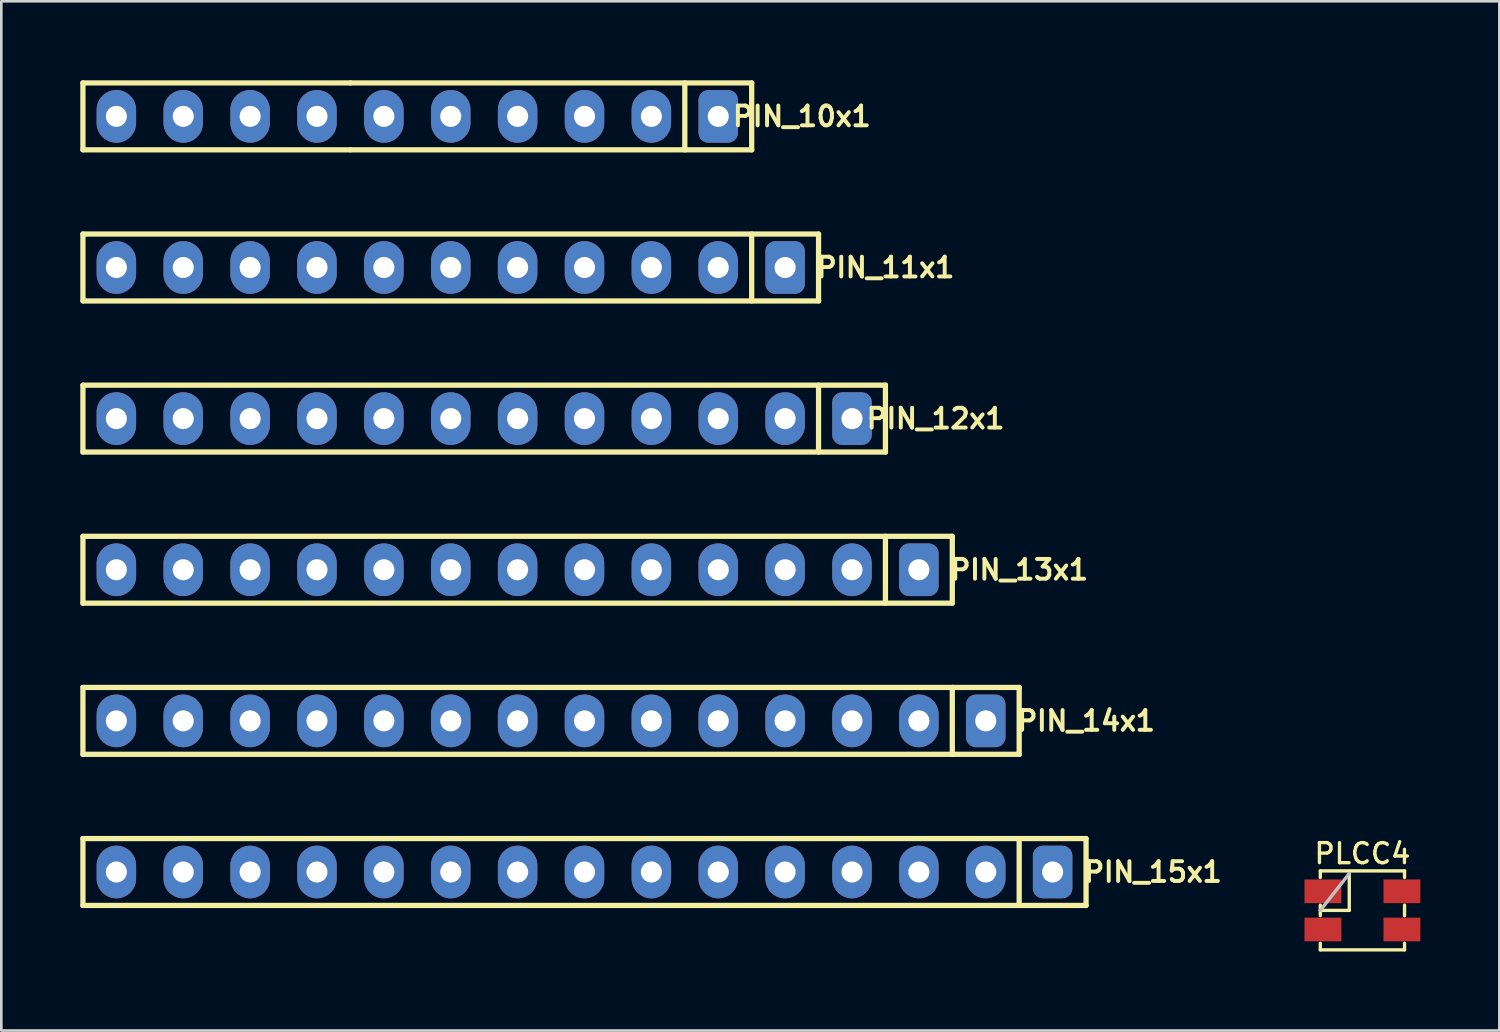
<source format=kicad_pcb>
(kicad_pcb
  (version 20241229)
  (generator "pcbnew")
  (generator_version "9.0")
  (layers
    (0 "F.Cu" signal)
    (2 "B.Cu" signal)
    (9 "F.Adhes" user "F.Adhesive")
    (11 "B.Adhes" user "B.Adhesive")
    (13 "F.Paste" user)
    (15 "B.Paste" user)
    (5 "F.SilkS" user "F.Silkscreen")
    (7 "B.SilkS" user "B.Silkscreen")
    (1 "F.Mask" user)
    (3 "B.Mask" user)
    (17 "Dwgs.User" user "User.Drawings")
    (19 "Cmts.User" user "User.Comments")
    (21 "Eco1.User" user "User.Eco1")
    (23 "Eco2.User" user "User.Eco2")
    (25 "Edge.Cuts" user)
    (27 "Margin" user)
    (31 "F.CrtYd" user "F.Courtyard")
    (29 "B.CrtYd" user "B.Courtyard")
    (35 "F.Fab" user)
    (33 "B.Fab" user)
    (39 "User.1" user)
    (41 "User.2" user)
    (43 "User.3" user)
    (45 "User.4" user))
  (footprint "PIN_13x1"
    (layer "F.Cu")
    (at 16.61 18.59)
    (property "Reference" "PIN_13x1" (at 19.05 0 0) (layer "F.SilkS") (effects (font (size 0.75 0.75) (thickness 0.15))))
    (attr through_hole)
    (fp_line (start -16.51 -1.27) (end -16.51 1.27) (stroke (width 0.2) (type solid)) (layer "F.SilkS"))
    (fp_line (start -16.51 -1.27) (end 16.51 -1.27) (stroke (width 0.2) (type solid)) (layer "F.SilkS"))
    (fp_line (start 13.97 -1.27) (end 13.97 1.27) (stroke (width 0.2) (type solid)) (layer "F.SilkS"))
    (fp_line (start 16.51 -1.27) (end 16.51 1.27) (stroke (width 0.2) (type solid)) (layer "F.SilkS"))
    (fp_line (start 16.51 1.27) (end -16.51 1.27) (stroke (width 0.2) (type solid)) (layer "F.SilkS"))
    (pad "1" thru_hole roundrect (at 15.24 0) (size 1.5 2) (drill 0.8) (layers "*.Cu" "*.Mask") (roundrect_rratio 0.25))
    (pad "2" thru_hole oval (at 12.7 0) (size 1.5 2) (drill 0.8) (layers "*.Cu" "*.Mask"))
    (pad "3" thru_hole oval (at 10.16 0) (size 1.5 2) (drill 0.8) (layers "*.Cu" "*.Mask"))
    (pad "4" thru_hole oval (at 7.62 0) (size 1.5 2) (drill 0.8) (layers "*.Cu" "*.Mask"))
    (pad "5" thru_hole oval (at 5.08 0) (size 1.5 2) (drill 0.8) (layers "*.Cu" "*.Mask"))
    (pad "6" thru_hole oval (at 2.54 0) (size 1.5 2) (drill 0.8) (layers "*.Cu" "*.Mask"))
    (pad "7" thru_hole oval (at 0 0) (size 1.5 2) (drill 0.8) (layers "*.Cu" "*.Mask"))
    (pad "8" thru_hole oval (at -2.54 0) (size 1.5 2) (drill 0.8) (layers "*.Cu" "*.Mask"))
    (pad "9" thru_hole oval (at -5.08 0) (size 1.5 2) (drill 0.8) (layers "*.Cu" "*.Mask"))
    (pad "10" thru_hole oval (at -7.62 0) (size 1.5 2) (drill 0.8) (layers "*.Cu" "*.Mask"))
    (pad "11" thru_hole oval (at -10.16 0) (size 1.5 2) (drill 0.8) (layers "*.Cu" "*.Mask"))
    (pad "12" thru_hole oval (at -12.7 0) (size 1.5 2) (drill 0.8) (layers "*.Cu" "*.Mask"))
    (pad "13" thru_hole oval (at -15.24 0) (size 1.5 2) (drill 0.8) (layers "*.Cu" "*.Mask")))
  (footprint "PIN_15x1"
    (layer "F.Cu")
    (at 19.15 30.07)
    (property "Reference" "PIN_15x1" (at 21.59 0 0) (layer "F.SilkS") (effects (font (size 0.75 0.75) (thickness 0.15))))
    (attr through_hole)
    (fp_line (start -19.05 -1.27) (end -19.05 1.27) (stroke (width 0.2) (type solid)) (layer "F.SilkS"))
    (fp_line (start -19.05 1.27) (end 19.05 1.27) (stroke (width 0.2) (type solid)) (layer "F.SilkS"))
    (fp_line (start 16.51 -1.27) (end 16.51 1.27) (stroke (width 0.2) (type solid)) (layer "F.SilkS"))
    (fp_line (start 19.05 -1.27) (end -19.05 -1.27) (stroke (width 0.2) (type solid)) (layer "F.SilkS"))
    (fp_line (start 19.05 -1.27) (end 19.05 1.27) (stroke (width 0.2) (type solid)) (layer "F.SilkS"))
    (pad "1" thru_hole roundrect (at 17.78 0) (size 1.5 2) (drill 0.8) (layers "*.Cu" "*.Mask") (roundrect_rratio 0.25))
    (pad "2" thru_hole oval (at 15.24 0) (size 1.5 2) (drill 0.8) (layers "*.Cu" "*.Mask"))
    (pad "3" thru_hole oval (at 12.7 0) (size 1.5 2) (drill 0.8) (layers "*.Cu" "*.Mask"))
    (pad "4" thru_hole oval (at 10.16 0) (size 1.5 2) (drill 0.8) (layers "*.Cu" "*.Mask"))
    (pad "5" thru_hole oval (at 7.62 0) (size 1.5 2) (drill 0.8) (layers "*.Cu" "*.Mask"))
    (pad "6" thru_hole oval (at 5.08 0) (size 1.5 2) (drill 0.8) (layers "*.Cu" "*.Mask"))
    (pad "7" thru_hole oval (at 2.54 0) (size 1.5 2) (drill 0.8) (layers "*.Cu" "*.Mask"))
    (pad "8" thru_hole oval (at 0 0) (size 1.5 2) (drill 0.8) (layers "*.Cu" "*.Mask"))
    (pad "9" thru_hole oval (at -2.54 0) (size 1.5 2) (drill 0.8) (layers "*.Cu" "*.Mask"))
    (pad "10" thru_hole oval (at -5.08 0) (size 1.5 2) (drill 0.8) (layers "*.Cu" "*.Mask"))
    (pad "11" thru_hole oval (at -7.62 0) (size 1.5 2) (drill 0.8) (layers "*.Cu" "*.Mask"))
    (pad "12" thru_hole oval (at -10.16 0) (size 1.5 2) (drill 0.8) (layers "*.Cu" "*.Mask"))
    (pad "13" thru_hole oval (at -12.7 0) (size 1.5 2) (drill 0.8) (layers "*.Cu" "*.Mask"))
    (pad "14" thru_hole oval (at -15.24 0) (size 1.5 2) (drill 0.8) (layers "*.Cu" "*.Mask"))
    (pad "15" thru_hole oval (at -17.78 0) (size 1.5 2) (drill 0.8) (layers "*.Cu" "*.Mask")))
  (footprint "PIN_10x1"
    (layer "F.Cu")
    (at 12.8 1.37)
    (property "Reference" "PIN_10x1" (at 14.605 0 0) (layer "F.SilkS") (effects (font (size 0.75 0.75) (thickness 0.15))))
    (attr through_hole)
    (fp_line (start -12.7 -1.27) (end -12.7 1.27) (stroke (width 0.2) (type solid)) (layer "F.SilkS"))
    (fp_line (start -12.7 1.27) (end -2.54 1.27) (stroke (width 0.2) (type solid)) (layer "F.SilkS"))
    (fp_line (start -2.54 -1.27) (end -12.7 -1.27) (stroke (width 0.2) (type solid)) (layer "F.SilkS"))
    (fp_line (start -2.54 1.27) (end 12.7 1.27) (stroke (width 0.2) (type solid)) (layer "F.SilkS"))
    (fp_line (start 10.16 -1.27) (end 10.16 1.27) (stroke (width 0.2) (type solid)) (layer "F.SilkS"))
    (fp_line (start 12.7 -1.27) (end -2.54 -1.27) (stroke (width 0.2) (type solid)) (layer "F.SilkS"))
    (fp_line (start 12.7 -1.27) (end 12.7 1.27) (stroke (width 0.2) (type solid)) (layer "F.SilkS"))
    (pad "1" thru_hole roundrect (at 11.43 0) (size 1.5 2) (drill 0.8) (layers "*.Cu" "*.Mask") (roundrect_rratio 0.25))
    (pad "2" thru_hole oval (at 8.89 0) (size 1.5 2) (drill 0.8) (layers "*.Cu" "*.Mask"))
    (pad "3" thru_hole oval (at 6.35 0) (size 1.5 2) (drill 0.8) (layers "*.Cu" "*.Mask"))
    (pad "4" thru_hole oval (at 3.81 0) (size 1.5 2) (drill 0.8) (layers "*.Cu" "*.Mask"))
    (pad "5" thru_hole oval (at 1.27 0) (size 1.5 2) (drill 0.8) (layers "*.Cu" "*.Mask"))
    (pad "6" thru_hole oval (at -1.27 0) (size 1.5 2) (drill 0.8) (layers "*.Cu" "*.Mask"))
    (pad "7" thru_hole oval (at -3.81 0) (size 1.5 2) (drill 0.8) (layers "*.Cu" "*.Mask"))
    (pad "8" thru_hole oval (at -6.35 0) (size 1.5 2) (drill 0.8) (layers "*.Cu" "*.Mask"))
    (pad "9" thru_hole oval (at -8.89 0) (size 1.5 2) (drill 0.8) (layers "*.Cu" "*.Mask"))
    (pad "10" thru_hole oval (at -11.43 0) (size 1.5 2) (drill 0.8) (layers "*.Cu" "*.Mask")))
  (footprint "PIN_14x1"
    (layer "F.Cu")
    (at 17.88 24.33)
    (property "Reference" "PIN_14x1" (at 20.32 0 0) (layer "F.SilkS") (effects (font (size 0.75 0.75) (thickness 0.15))))
    (attr through_hole)
    (fp_line (start -17.78 -1.27) (end -17.78 1.27) (stroke (width 0.2) (type solid)) (layer "F.SilkS"))
    (fp_line (start -17.78 1.27) (end 17.78 1.27) (stroke (width 0.2) (type solid)) (layer "F.SilkS"))
    (fp_line (start 15.24 -1.27) (end 15.24 1.27) (stroke (width 0.2) (type solid)) (layer "F.SilkS"))
    (fp_line (start 17.78 -1.27) (end -17.78 -1.27) (stroke (width 0.2) (type solid)) (layer "F.SilkS"))
    (fp_line (start 17.78 -1.27) (end 17.78 1.27) (stroke (width 0.2) (type solid)) (layer "F.SilkS"))
    (pad "1" thru_hole roundrect (at 16.51 0) (size 1.5 2) (drill 0.8) (layers "*.Cu" "*.Mask") (roundrect_rratio 0.25))
    (pad "2" thru_hole oval (at 13.97 0) (size 1.5 2) (drill 0.8) (layers "*.Cu" "*.Mask"))
    (pad "3" thru_hole oval (at 11.43 0) (size 1.5 2) (drill 0.8) (layers "*.Cu" "*.Mask"))
    (pad "4" thru_hole oval (at 8.89 0) (size 1.5 2) (drill 0.8) (layers "*.Cu" "*.Mask"))
    (pad "5" thru_hole oval (at 6.35 0) (size 1.5 2) (drill 0.8) (layers "*.Cu" "*.Mask"))
    (pad "6" thru_hole oval (at 3.81 0) (size 1.5 2) (drill 0.8) (layers "*.Cu" "*.Mask"))
    (pad "7" thru_hole oval (at 1.27 0) (size 1.5 2) (drill 0.8) (layers "*.Cu" "*.Mask"))
    (pad "8" thru_hole oval (at -1.27 0) (size 1.5 2) (drill 0.8) (layers "*.Cu" "*.Mask"))
    (pad "9" thru_hole oval (at -3.81 0) (size 1.5 2) (drill 0.8) (layers "*.Cu" "*.Mask"))
    (pad "10" thru_hole oval (at -6.35 0) (size 1.5 2) (drill 0.8) (layers "*.Cu" "*.Mask"))
    (pad "11" thru_hole oval (at -8.89 0) (size 1.5 2) (drill 0.8) (layers "*.Cu" "*.Mask"))
    (pad "12" thru_hole oval (at -11.43 0) (size 1.5 2) (drill 0.8) (layers "*.Cu" "*.Mask"))
    (pad "13" thru_hole oval (at -13.97 0) (size 1.5 2) (drill 0.8) (layers "*.Cu" "*.Mask"))
    (pad "14" thru_hole oval (at -16.51 0) (size 1.5 2) (drill 0.8) (layers "*.Cu" "*.Mask")))
  (footprint "PIN_12x1"
    (layer "F.Cu")
    (at 15.34 12.85)
    (property "Reference" "PIN_12x1" (at 17.145 0 0) (layer "F.SilkS") (effects (font (size 0.75 0.75) (thickness 0.15))))
    (attr through_hole)
    (fp_line (start -15.24 -1.27) (end -15.24 1.27) (stroke (width 0.2) (type solid)) (layer "F.SilkS"))
    (fp_line (start -15.24 1.27) (end 15.24 1.27) (stroke (width 0.2) (type solid)) (layer "F.SilkS"))
    (fp_line (start 12.7 -1.27) (end 12.7 1.27) (stroke (width 0.2) (type solid)) (layer "F.SilkS"))
    (fp_line (start 15.24 -1.27) (end -15.24 -1.27) (stroke (width 0.2) (type solid)) (layer "F.SilkS"))
    (fp_line (start 15.24 -1.27) (end 15.24 1.27) (stroke (width 0.2) (type solid)) (layer "F.SilkS"))
    (pad "1" thru_hole roundrect (at 13.97 0) (size 1.5 2) (drill 0.8) (layers "*.Cu" "*.Mask") (roundrect_rratio 0.25))
    (pad "2" thru_hole oval (at 11.43 0) (size 1.5 2) (drill 0.8) (layers "*.Cu" "*.Mask"))
    (pad "3" thru_hole oval (at 8.89 0) (size 1.5 2) (drill 0.8) (layers "*.Cu" "*.Mask"))
    (pad "4" thru_hole oval (at 6.35 0) (size 1.5 2) (drill 0.8) (layers "*.Cu" "*.Mask"))
    (pad "5" thru_hole oval (at 3.81 0) (size 1.5 2) (drill 0.8) (layers "*.Cu" "*.Mask"))
    (pad "6" thru_hole oval (at 1.27 0) (size 1.5 2) (drill 0.8) (layers "*.Cu" "*.Mask"))
    (pad "7" thru_hole oval (at -1.27 0) (size 1.5 2) (drill 0.8) (layers "*.Cu" "*.Mask"))
    (pad "8" thru_hole oval (at -3.81 0) (size 1.5 2) (drill 0.8) (layers "*.Cu" "*.Mask"))
    (pad "9" thru_hole oval (at -6.35 0) (size 1.5 2) (drill 0.8) (layers "*.Cu" "*.Mask"))
    (pad "10" thru_hole oval (at -8.89 0) (size 1.5 2) (drill 0.8) (layers "*.Cu" "*.Mask"))
    (pad "11" thru_hole oval (at -11.43 0) (size 1.5 2) (drill 0.8) (layers "*.Cu" "*.Mask"))
    (pad "12" thru_hole oval (at -13.97 0) (size 1.5 2) (drill 0.8) (layers "*.Cu" "*.Mask")))
  (footprint "PLCC4"
    (layer "F.Cu")
    (at 48.697 31.528)
    (property "Reference" "PLCC4" (at 0 -2.159 0) (layer "F.SilkS") (effects (font (size 0.762 0.762) (thickness 0.127))))
    (attr through_hole)
    (fp_line (start -1.6 -1.5) (end -1.6 -1.25) (stroke (width 0.127) (type solid)) (layer "F.SilkS"))
    (fp_line (start -1.6 -1.5) (end 1.6 -1.5) (stroke (width 0.127) (type solid)) (layer "F.SilkS"))
    (fp_line (start -1.6 -0.2) (end -1.6 0.2) (stroke (width 0.127) (type solid)) (layer "F.SilkS"))
    (fp_line (start -1.6 0) (end -0.5 0) (stroke (width 0.127) (type solid)) (layer "F.SilkS"))
    (fp_line (start -1.6 1.5) (end -1.6 1.25) (stroke (width 0.127) (type solid)) (layer "F.SilkS"))
    (fp_line (start -0.5 -1.4) (end -0.5 0) (stroke (width 0.127) (type solid)) (layer "F.SilkS"))
    (fp_line (start 1.6 -1.5) (end 1.6 -1.25) (stroke (width 0.127) (type solid)) (layer "F.SilkS"))
    (fp_line (start 1.6 -0.2) (end 1.6 0.2) (stroke (width 0.127) (type solid)) (layer "F.SilkS"))
    (fp_line (start 1.6 1.5) (end -1.6 1.5) (stroke (width 0.127) (type solid)) (layer "F.SilkS"))
    (fp_line (start 1.6 1.5) (end 1.6 1.25) (stroke (width 0.127) (type solid)) (layer "F.SilkS"))
    (fp_line (start -1.6 0) (end -0.5 -1.4) (stroke (width 0.127) (type solid)) (layer "Dwgs.User"))
    (pad "1" smd rect (at -1.5 -0.725) (size 1.4 0.9) (layers "F.Cu" "F.Mask" "F.Paste"))
    (pad "2" smd rect (at 1.5 -0.725) (size 1.4 0.9) (layers "F.Cu" "F.Mask" "F.Paste"))
    (pad "3" smd rect (at 1.5 0.725) (size 1.4 0.9) (layers "F.Cu" "F.Mask" "F.Paste"))
    (pad "4" smd rect (at -1.5 0.725) (size 1.4 0.9) (layers "F.Cu" "F.Mask" "F.Paste")))
  (footprint "PIN_11x1"
    (layer "F.Cu")
    (at 14.07 7.11)
    (property "Reference" "PIN_11x1" (at 16.51 0 0) (layer "F.SilkS") (effects (font (size 0.75 0.75) (thickness 0.15))))
    (attr through_hole)
    (fp_line (start -13.97 -1.27) (end -13.97 1.27) (stroke (width 0.2) (type solid)) (layer "F.SilkS"))
    (fp_line (start 11.43 -1.27) (end 11.43 1.27) (stroke (width 0.2) (type solid)) (layer "F.SilkS"))
    (fp_line (start 13.97 -1.27) (end -13.97 -1.27) (stroke (width 0.2) (type solid)) (layer "F.SilkS"))
    (fp_line (start 13.97 -1.27) (end 13.97 1.27) (stroke (width 0.2) (type solid)) (layer "F.SilkS"))
    (fp_line (start 13.97 1.27) (end -13.97 1.27) (stroke (width 0.2) (type solid)) (layer "F.SilkS"))
    (pad "1" thru_hole roundrect (at 12.7 0) (size 1.5 2) (drill 0.8) (layers "*.Cu" "*.Mask") (roundrect_rratio 0.25))
    (pad "2" thru_hole oval (at 10.16 0) (size 1.5 2) (drill 0.8) (layers "*.Cu" "*.Mask"))
    (pad "3" thru_hole oval (at 7.62 0) (size 1.5 2) (drill 0.8) (layers "*.Cu" "*.Mask"))
    (pad "4" thru_hole oval (at 5.08 0) (size 1.5 2) (drill 0.8) (layers "*.Cu" "*.Mask"))
    (pad "5" thru_hole oval (at 2.54 0) (size 1.5 2) (drill 0.8) (layers "*.Cu" "*.Mask"))
    (pad "6" thru_hole oval (at 0 0) (size 1.5 2) (drill 0.8) (layers "*.Cu" "*.Mask"))
    (pad "7" thru_hole oval (at -2.54 0) (size 1.5 2) (drill 0.8) (layers "*.Cu" "*.Mask"))
    (pad "8" thru_hole oval (at -5.08 0) (size 1.5 2) (drill 0.8) (layers "*.Cu" "*.Mask"))
    (pad "9" thru_hole oval (at -7.62 0) (size 1.5 2) (drill 0.8) (layers "*.Cu" "*.Mask"))
    (pad "10" thru_hole oval (at -10.16 0) (size 1.5 2) (drill 0.8) (layers "*.Cu" "*.Mask"))
    (pad "11" thru_hole oval (at -12.7 0) (size 1.5 2) (drill 0.8) (layers "*.Cu" "*.Mask")))
  (gr_rect
    (start -3 -3)
    (end 53.897 36.091)
    (stroke (width 0.1) (type default))
    (fill no)
    (layer "Edge.Cuts")))
</source>
